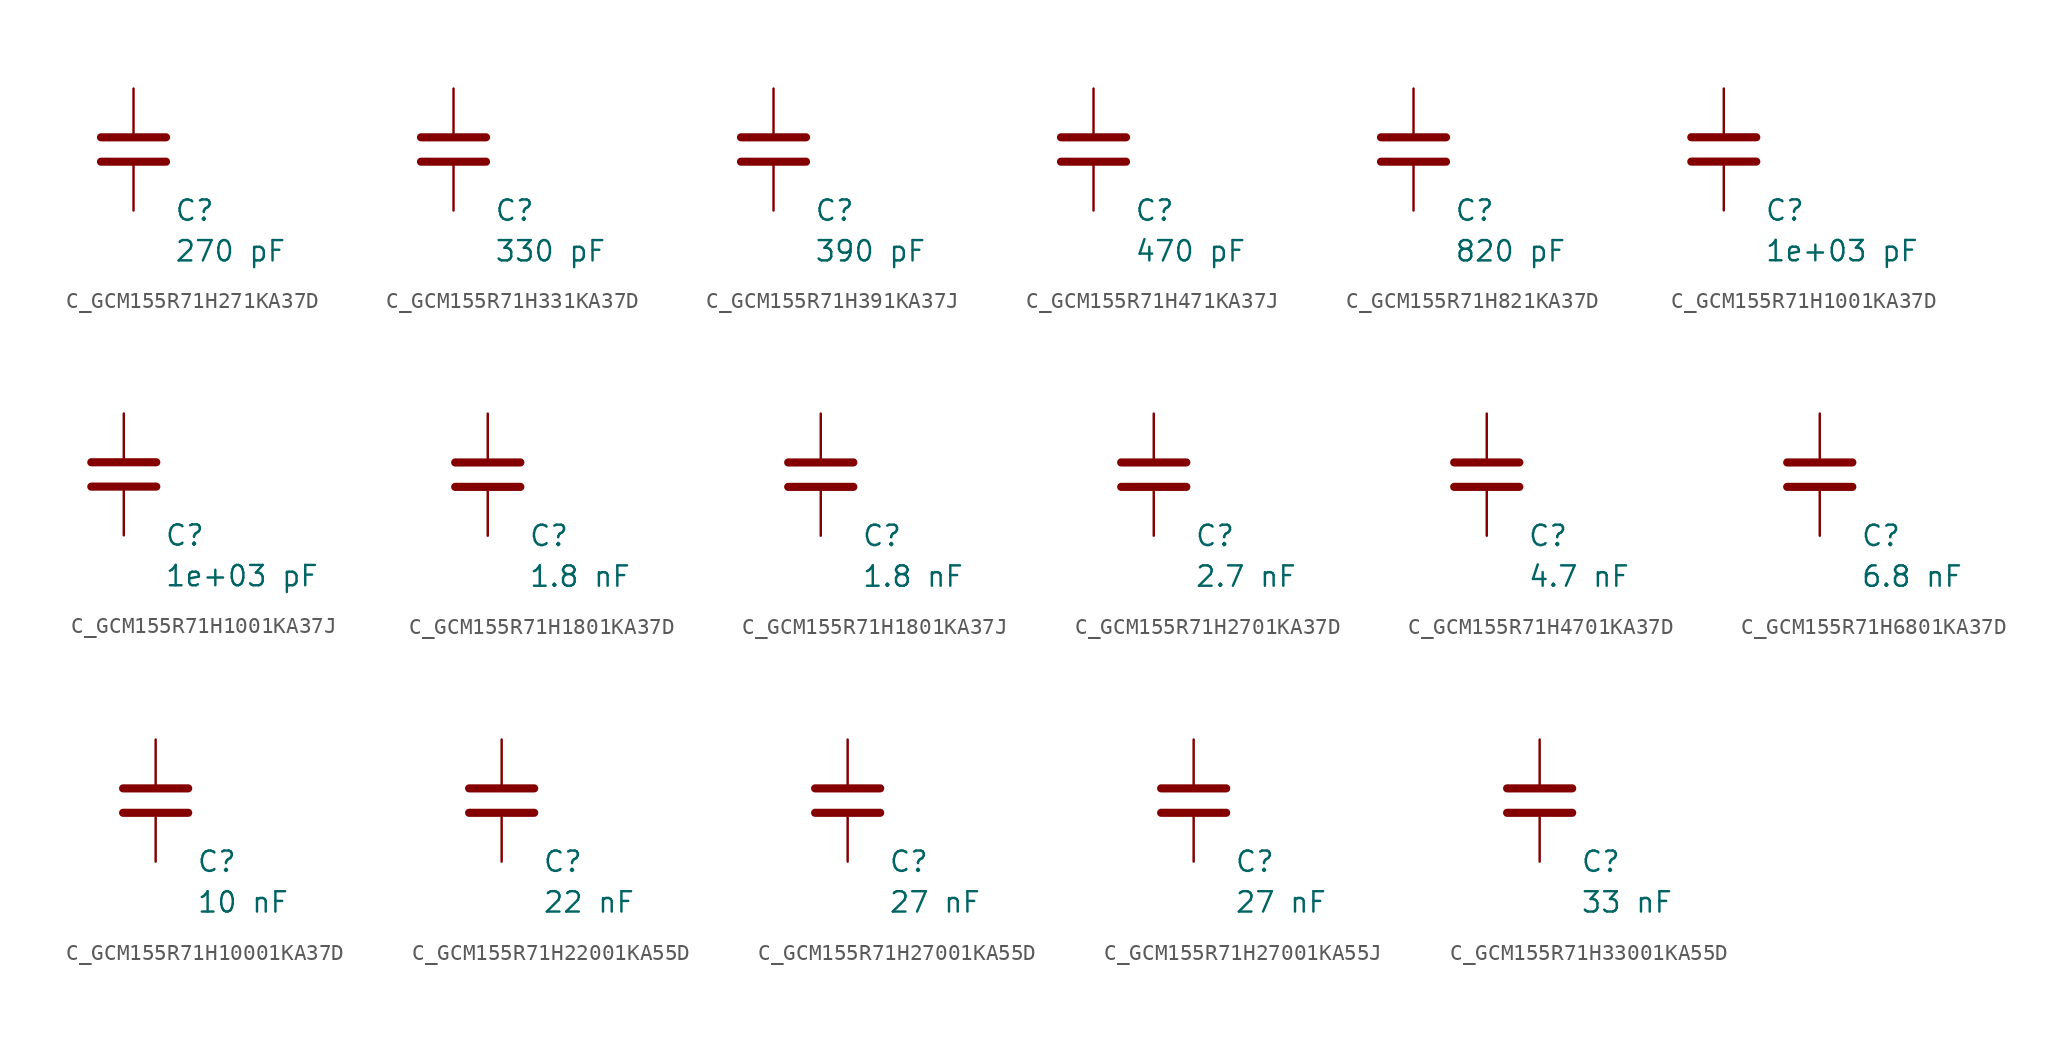
<source format=kicad_sym>
(kicad_symbol_lib
  (version 20231120)
  (generator "kicad_symbol_editor")
  (generator_version "8.0")
  (symbol "C_GCM155R71H271KA37D"
    (pin_numbers hide)
    (pin_names
      (offset 0.254))
    (property "Reference" "C"
      (at 2.54 -3.81 0)
      (effects (font (size 1.27 1.27)) (justify left))
      (show_name no))
    (property "Value" "270 pF"
      (at 2.54 -6.35 0)
      (effects (font (size 1.27 1.27)) (justify left))
      (show_name no))
    (symbol "C_GCM155R71H271KA37D_0_1"
      (polyline (pts (xy -2.032 -0.762) (xy 2.032 -0.762)) (stroke (width 0.508) (type default)) (fill (type none)))
      (polyline (pts (xy -2.032 0.762) (xy 2.032 0.762)) (stroke (width 0.508) (type default)) (fill (type none))))
    (symbol "C_GCM155R71H271KA37D_1_1"
      (pin passive line (at 0 3.81 270) (length 2.794) (name "~" (effects (font (size 1.27 1.27)))) (number "1" (effects (font (size 1.27 1.27)))))
      (pin passive line (at 0 -3.81 90) (length 2.794) (name "~" (effects (font (size 1.27 1.27)))) (number "2" (effects (font (size 1.27 1.27)))))))
  (symbol "C_GCM155R71H331KA37D"
    (pin_numbers hide)
    (pin_names
      (offset 0.254))
    (property "Reference" "C"
      (at 2.54 -3.81 0)
      (effects (font (size 1.27 1.27)) (justify left))
      (show_name no))
    (property "Value" "330 pF"
      (at 2.54 -6.35 0)
      (effects (font (size 1.27 1.27)) (justify left))
      (show_name no))
    (symbol "C_GCM155R71H331KA37D_0_1"
      (polyline (pts (xy -2.032 -0.762) (xy 2.032 -0.762)) (stroke (width 0.508) (type default)) (fill (type none)))
      (polyline (pts (xy -2.032 0.762) (xy 2.032 0.762)) (stroke (width 0.508) (type default)) (fill (type none))))
    (symbol "C_GCM155R71H331KA37D_1_1"
      (pin passive line (at 0 3.81 270) (length 2.794) (name "~" (effects (font (size 1.27 1.27)))) (number "1" (effects (font (size 1.27 1.27)))))
      (pin passive line (at 0 -3.81 90) (length 2.794) (name "~" (effects (font (size 1.27 1.27)))) (number "2" (effects (font (size 1.27 1.27)))))))
  (symbol "C_GCM155R71H391KA37J"
    (pin_numbers hide)
    (pin_names
      (offset 0.254))
    (property "Reference" "C"
      (at 2.54 -3.81 0)
      (effects (font (size 1.27 1.27)) (justify left))
      (show_name no))
    (property "Value" "390 pF"
      (at 2.54 -6.35 0)
      (effects (font (size 1.27 1.27)) (justify left))
      (show_name no))
    (symbol "C_GCM155R71H391KA37J_0_1"
      (polyline (pts (xy -2.032 -0.762) (xy 2.032 -0.762)) (stroke (width 0.508) (type default)) (fill (type none)))
      (polyline (pts (xy -2.032 0.762) (xy 2.032 0.762)) (stroke (width 0.508) (type default)) (fill (type none))))
    (symbol "C_GCM155R71H391KA37J_1_1"
      (pin passive line (at 0 3.81 270) (length 2.794) (name "~" (effects (font (size 1.27 1.27)))) (number "1" (effects (font (size 1.27 1.27)))))
      (pin passive line (at 0 -3.81 90) (length 2.794) (name "~" (effects (font (size 1.27 1.27)))) (number "2" (effects (font (size 1.27 1.27)))))))
  (symbol "C_GCM155R71H471KA37J"
    (pin_numbers hide)
    (pin_names
      (offset 0.254))
    (property "Reference" "C"
      (at 2.54 -3.81 0)
      (effects (font (size 1.27 1.27)) (justify left))
      (show_name no))
    (property "Value" "470 pF"
      (at 2.54 -6.35 0)
      (effects (font (size 1.27 1.27)) (justify left))
      (show_name no))
    (symbol "C_GCM155R71H471KA37J_0_1"
      (polyline (pts (xy -2.032 -0.762) (xy 2.032 -0.762)) (stroke (width 0.508) (type default)) (fill (type none)))
      (polyline (pts (xy -2.032 0.762) (xy 2.032 0.762)) (stroke (width 0.508) (type default)) (fill (type none))))
    (symbol "C_GCM155R71H471KA37J_1_1"
      (pin passive line (at 0 3.81 270) (length 2.794) (name "~" (effects (font (size 1.27 1.27)))) (number "1" (effects (font (size 1.27 1.27)))))
      (pin passive line (at 0 -3.81 90) (length 2.794) (name "~" (effects (font (size 1.27 1.27)))) (number "2" (effects (font (size 1.27 1.27)))))))
  (symbol "C_GCM155R71H821KA37D"
    (pin_numbers hide)
    (pin_names
      (offset 0.254))
    (property "Reference" "C"
      (at 2.54 -3.81 0)
      (effects (font (size 1.27 1.27)) (justify left))
      (show_name no))
    (property "Value" "820 pF"
      (at 2.54 -6.35 0)
      (effects (font (size 1.27 1.27)) (justify left))
      (show_name no))
    (symbol "C_GCM155R71H821KA37D_0_1"
      (polyline (pts (xy -2.032 -0.762) (xy 2.032 -0.762)) (stroke (width 0.508) (type default)) (fill (type none)))
      (polyline (pts (xy -2.032 0.762) (xy 2.032 0.762)) (stroke (width 0.508) (type default)) (fill (type none))))
    (symbol "C_GCM155R71H821KA37D_1_1"
      (pin passive line (at 0 3.81 270) (length 2.794) (name "~" (effects (font (size 1.27 1.27)))) (number "1" (effects (font (size 1.27 1.27)))))
      (pin passive line (at 0 -3.81 90) (length 2.794) (name "~" (effects (font (size 1.27 1.27)))) (number "2" (effects (font (size 1.27 1.27)))))))
  (symbol "C_GCM155R71H1001KA37D"
    (pin_numbers hide)
    (pin_names
      (offset 0.254))
    (property "Reference" "C"
      (at 2.54 -3.81 0)
      (effects (font (size 1.27 1.27)) (justify left))
      (show_name no))
    (property "Value" "1e+03 pF"
      (at 2.54 -6.35 0)
      (effects (font (size 1.27 1.27)) (justify left))
      (show_name no))
    (symbol "C_GCM155R71H1001KA37D_0_1"
      (polyline (pts (xy -2.032 -0.762) (xy 2.032 -0.762)) (stroke (width 0.508) (type default)) (fill (type none)))
      (polyline (pts (xy -2.032 0.762) (xy 2.032 0.762)) (stroke (width 0.508) (type default)) (fill (type none))))
    (symbol "C_GCM155R71H1001KA37D_1_1"
      (pin passive line (at 0 3.81 270) (length 2.794) (name "~" (effects (font (size 1.27 1.27)))) (number "1" (effects (font (size 1.27 1.27)))))
      (pin passive line (at 0 -3.81 90) (length 2.794) (name "~" (effects (font (size 1.27 1.27)))) (number "2" (effects (font (size 1.27 1.27)))))))
  (symbol "C_GCM155R71H1001KA37J"
    (pin_numbers hide)
    (pin_names
      (offset 0.254))
    (property "Reference" "C"
      (at 2.54 -3.81 0)
      (effects (font (size 1.27 1.27)) (justify left))
      (show_name no))
    (property "Value" "1e+03 pF"
      (at 2.54 -6.35 0)
      (effects (font (size 1.27 1.27)) (justify left))
      (show_name no))
    (symbol "C_GCM155R71H1001KA37J_0_1"
      (polyline (pts (xy -2.032 -0.762) (xy 2.032 -0.762)) (stroke (width 0.508) (type default)) (fill (type none)))
      (polyline (pts (xy -2.032 0.762) (xy 2.032 0.762)) (stroke (width 0.508) (type default)) (fill (type none))))
    (symbol "C_GCM155R71H1001KA37J_1_1"
      (pin passive line (at 0 3.81 270) (length 2.794) (name "~" (effects (font (size 1.27 1.27)))) (number "1" (effects (font (size 1.27 1.27)))))
      (pin passive line (at 0 -3.81 90) (length 2.794) (name "~" (effects (font (size 1.27 1.27)))) (number "2" (effects (font (size 1.27 1.27)))))))
  (symbol "C_GCM155R71H1801KA37D"
    (pin_numbers hide)
    (pin_names
      (offset 0.254))
    (property "Reference" "C"
      (at 2.54 -3.81 0)
      (effects (font (size 1.27 1.27)) (justify left))
      (show_name no))
    (property "Value" "1.8 nF"
      (at 2.54 -6.35 0)
      (effects (font (size 1.27 1.27)) (justify left))
      (show_name no))
    (symbol "C_GCM155R71H1801KA37D_0_1"
      (polyline (pts (xy -2.032 -0.762) (xy 2.032 -0.762)) (stroke (width 0.508) (type default)) (fill (type none)))
      (polyline (pts (xy -2.032 0.762) (xy 2.032 0.762)) (stroke (width 0.508) (type default)) (fill (type none))))
    (symbol "C_GCM155R71H1801KA37D_1_1"
      (pin passive line (at 0 3.81 270) (length 2.794) (name "~" (effects (font (size 1.27 1.27)))) (number "1" (effects (font (size 1.27 1.27)))))
      (pin passive line (at 0 -3.81 90) (length 2.794) (name "~" (effects (font (size 1.27 1.27)))) (number "2" (effects (font (size 1.27 1.27)))))))
  (symbol "C_GCM155R71H1801KA37J"
    (pin_numbers hide)
    (pin_names
      (offset 0.254))
    (property "Reference" "C"
      (at 2.54 -3.81 0)
      (effects (font (size 1.27 1.27)) (justify left))
      (show_name no))
    (property "Value" "1.8 nF"
      (at 2.54 -6.35 0)
      (effects (font (size 1.27 1.27)) (justify left))
      (show_name no))
    (symbol "C_GCM155R71H1801KA37J_0_1"
      (polyline (pts (xy -2.032 -0.762) (xy 2.032 -0.762)) (stroke (width 0.508) (type default)) (fill (type none)))
      (polyline (pts (xy -2.032 0.762) (xy 2.032 0.762)) (stroke (width 0.508) (type default)) (fill (type none))))
    (symbol "C_GCM155R71H1801KA37J_1_1"
      (pin passive line (at 0 3.81 270) (length 2.794) (name "~" (effects (font (size 1.27 1.27)))) (number "1" (effects (font (size 1.27 1.27)))))
      (pin passive line (at 0 -3.81 90) (length 2.794) (name "~" (effects (font (size 1.27 1.27)))) (number "2" (effects (font (size 1.27 1.27)))))))
  (symbol "C_GCM155R71H2701KA37D"
    (pin_numbers hide)
    (pin_names
      (offset 0.254))
    (property "Reference" "C"
      (at 2.54 -3.81 0)
      (effects (font (size 1.27 1.27)) (justify left))
      (show_name no))
    (property "Value" "2.7 nF"
      (at 2.54 -6.35 0)
      (effects (font (size 1.27 1.27)) (justify left))
      (show_name no))
    (symbol "C_GCM155R71H2701KA37D_0_1"
      (polyline (pts (xy -2.032 -0.762) (xy 2.032 -0.762)) (stroke (width 0.508) (type default)) (fill (type none)))
      (polyline (pts (xy -2.032 0.762) (xy 2.032 0.762)) (stroke (width 0.508) (type default)) (fill (type none))))
    (symbol "C_GCM155R71H2701KA37D_1_1"
      (pin passive line (at 0 3.81 270) (length 2.794) (name "~" (effects (font (size 1.27 1.27)))) (number "1" (effects (font (size 1.27 1.27)))))
      (pin passive line (at 0 -3.81 90) (length 2.794) (name "~" (effects (font (size 1.27 1.27)))) (number "2" (effects (font (size 1.27 1.27)))))))
  (symbol "C_GCM155R71H4701KA37D"
    (pin_numbers hide)
    (pin_names
      (offset 0.254))
    (property "Reference" "C"
      (at 2.54 -3.81 0)
      (effects (font (size 1.27 1.27)) (justify left))
      (show_name no))
    (property "Value" "4.7 nF"
      (at 2.54 -6.35 0)
      (effects (font (size 1.27 1.27)) (justify left))
      (show_name no))
    (symbol "C_GCM155R71H4701KA37D_0_1"
      (polyline (pts (xy -2.032 -0.762) (xy 2.032 -0.762)) (stroke (width 0.508) (type default)) (fill (type none)))
      (polyline (pts (xy -2.032 0.762) (xy 2.032 0.762)) (stroke (width 0.508) (type default)) (fill (type none))))
    (symbol "C_GCM155R71H4701KA37D_1_1"
      (pin passive line (at 0 3.81 270) (length 2.794) (name "~" (effects (font (size 1.27 1.27)))) (number "1" (effects (font (size 1.27 1.27)))))
      (pin passive line (at 0 -3.81 90) (length 2.794) (name "~" (effects (font (size 1.27 1.27)))) (number "2" (effects (font (size 1.27 1.27)))))))
  (symbol "C_GCM155R71H6801KA37D"
    (pin_numbers hide)
    (pin_names
      (offset 0.254))
    (property "Reference" "C"
      (at 2.54 -3.81 0)
      (effects (font (size 1.27 1.27)) (justify left))
      (show_name no))
    (property "Value" "6.8 nF"
      (at 2.54 -6.35 0)
      (effects (font (size 1.27 1.27)) (justify left))
      (show_name no))
    (symbol "C_GCM155R71H6801KA37D_0_1"
      (polyline (pts (xy -2.032 -0.762) (xy 2.032 -0.762)) (stroke (width 0.508) (type default)) (fill (type none)))
      (polyline (pts (xy -2.032 0.762) (xy 2.032 0.762)) (stroke (width 0.508) (type default)) (fill (type none))))
    (symbol "C_GCM155R71H6801KA37D_1_1"
      (pin passive line (at 0 3.81 270) (length 2.794) (name "~" (effects (font (size 1.27 1.27)))) (number "1" (effects (font (size 1.27 1.27)))))
      (pin passive line (at 0 -3.81 90) (length 2.794) (name "~" (effects (font (size 1.27 1.27)))) (number "2" (effects (font (size 1.27 1.27)))))))
  (symbol "C_GCM155R71H10001KA37D"
    (pin_numbers hide)
    (pin_names
      (offset 0.254))
    (property "Reference" "C"
      (at 2.54 -3.81 0)
      (effects (font (size 1.27 1.27)) (justify left))
      (show_name no))
    (property "Value" "10 nF"
      (at 2.54 -6.35 0)
      (effects (font (size 1.27 1.27)) (justify left))
      (show_name no))
    (symbol "C_GCM155R71H10001KA37D_0_1"
      (polyline (pts (xy -2.032 -0.762) (xy 2.032 -0.762)) (stroke (width 0.508) (type default)) (fill (type none)))
      (polyline (pts (xy -2.032 0.762) (xy 2.032 0.762)) (stroke (width 0.508) (type default)) (fill (type none))))
    (symbol "C_GCM155R71H10001KA37D_1_1"
      (pin passive line (at 0 3.81 270) (length 2.794) (name "~" (effects (font (size 1.27 1.27)))) (number "1" (effects (font (size 1.27 1.27)))))
      (pin passive line (at 0 -3.81 90) (length 2.794) (name "~" (effects (font (size 1.27 1.27)))) (number "2" (effects (font (size 1.27 1.27)))))))
  (symbol "C_GCM155R71H22001KA55D"
    (pin_numbers hide)
    (pin_names
      (offset 0.254))
    (property "Reference" "C"
      (at 2.54 -3.81 0)
      (effects (font (size 1.27 1.27)) (justify left))
      (show_name no))
    (property "Value" "22 nF"
      (at 2.54 -6.35 0)
      (effects (font (size 1.27 1.27)) (justify left))
      (show_name no))
    (symbol "C_GCM155R71H22001KA55D_0_1"
      (polyline (pts (xy -2.032 -0.762) (xy 2.032 -0.762)) (stroke (width 0.508) (type default)) (fill (type none)))
      (polyline (pts (xy -2.032 0.762) (xy 2.032 0.762)) (stroke (width 0.508) (type default)) (fill (type none))))
    (symbol "C_GCM155R71H22001KA55D_1_1"
      (pin passive line (at 0 3.81 270) (length 2.794) (name "~" (effects (font (size 1.27 1.27)))) (number "1" (effects (font (size 1.27 1.27)))))
      (pin passive line (at 0 -3.81 90) (length 2.794) (name "~" (effects (font (size 1.27 1.27)))) (number "2" (effects (font (size 1.27 1.27)))))))
  (symbol "C_GCM155R71H27001KA55D"
    (pin_numbers hide)
    (pin_names
      (offset 0.254))
    (property "Reference" "C"
      (at 2.54 -3.81 0)
      (effects (font (size 1.27 1.27)) (justify left))
      (show_name no))
    (property "Value" "27 nF"
      (at 2.54 -6.35 0)
      (effects (font (size 1.27 1.27)) (justify left))
      (show_name no))
    (symbol "C_GCM155R71H27001KA55D_0_1"
      (polyline (pts (xy -2.032 -0.762) (xy 2.032 -0.762)) (stroke (width 0.508) (type default)) (fill (type none)))
      (polyline (pts (xy -2.032 0.762) (xy 2.032 0.762)) (stroke (width 0.508) (type default)) (fill (type none))))
    (symbol "C_GCM155R71H27001KA55D_1_1"
      (pin passive line (at 0 3.81 270) (length 2.794) (name "~" (effects (font (size 1.27 1.27)))) (number "1" (effects (font (size 1.27 1.27)))))
      (pin passive line (at 0 -3.81 90) (length 2.794) (name "~" (effects (font (size 1.27 1.27)))) (number "2" (effects (font (size 1.27 1.27)))))))
  (symbol "C_GCM155R71H27001KA55J"
    (pin_numbers hide)
    (pin_names
      (offset 0.254))
    (property "Reference" "C"
      (at 2.54 -3.81 0)
      (effects (font (size 1.27 1.27)) (justify left))
      (show_name no))
    (property "Value" "27 nF"
      (at 2.54 -6.35 0)
      (effects (font (size 1.27 1.27)) (justify left))
      (show_name no))
    (symbol "C_GCM155R71H27001KA55J_0_1"
      (polyline (pts (xy -2.032 -0.762) (xy 2.032 -0.762)) (stroke (width 0.508) (type default)) (fill (type none)))
      (polyline (pts (xy -2.032 0.762) (xy 2.032 0.762)) (stroke (width 0.508) (type default)) (fill (type none))))
    (symbol "C_GCM155R71H27001KA55J_1_1"
      (pin passive line (at 0 3.81 270) (length 2.794) (name "~" (effects (font (size 1.27 1.27)))) (number "1" (effects (font (size 1.27 1.27)))))
      (pin passive line (at 0 -3.81 90) (length 2.794) (name "~" (effects (font (size 1.27 1.27)))) (number "2" (effects (font (size 1.27 1.27)))))))
  (symbol "C_GCM155R71H33001KA55D"
    (pin_numbers hide)
    (pin_names
      (offset 0.254))
    (property "Reference" "C"
      (at 2.54 -3.81 0)
      (effects (font (size 1.27 1.27)) (justify left))
      (show_name no))
    (property "Value" "33 nF"
      (at 2.54 -6.35 0)
      (effects (font (size 1.27 1.27)) (justify left))
      (show_name no))
    (symbol "C_GCM155R71H33001KA55D_0_1"
      (polyline (pts (xy -2.032 -0.762) (xy 2.032 -0.762)) (stroke (width 0.508) (type default)) (fill (type none)))
      (polyline (pts (xy -2.032 0.762) (xy 2.032 0.762)) (stroke (width 0.508) (type default)) (fill (type none))))
    (symbol "C_GCM155R71H33001KA55D_1_1"
      (pin passive line (at 0 3.81 270) (length 2.794) (name "~" (effects (font (size 1.27 1.27)))) (number "1" (effects (font (size 1.27 1.27)))))
      (pin passive line (at 0 -3.81 90) (length 2.794) (name "~" (effects (font (size 1.27 1.27)))) (number "2" (effects (font (size 1.27 1.27))))))))
</source>
